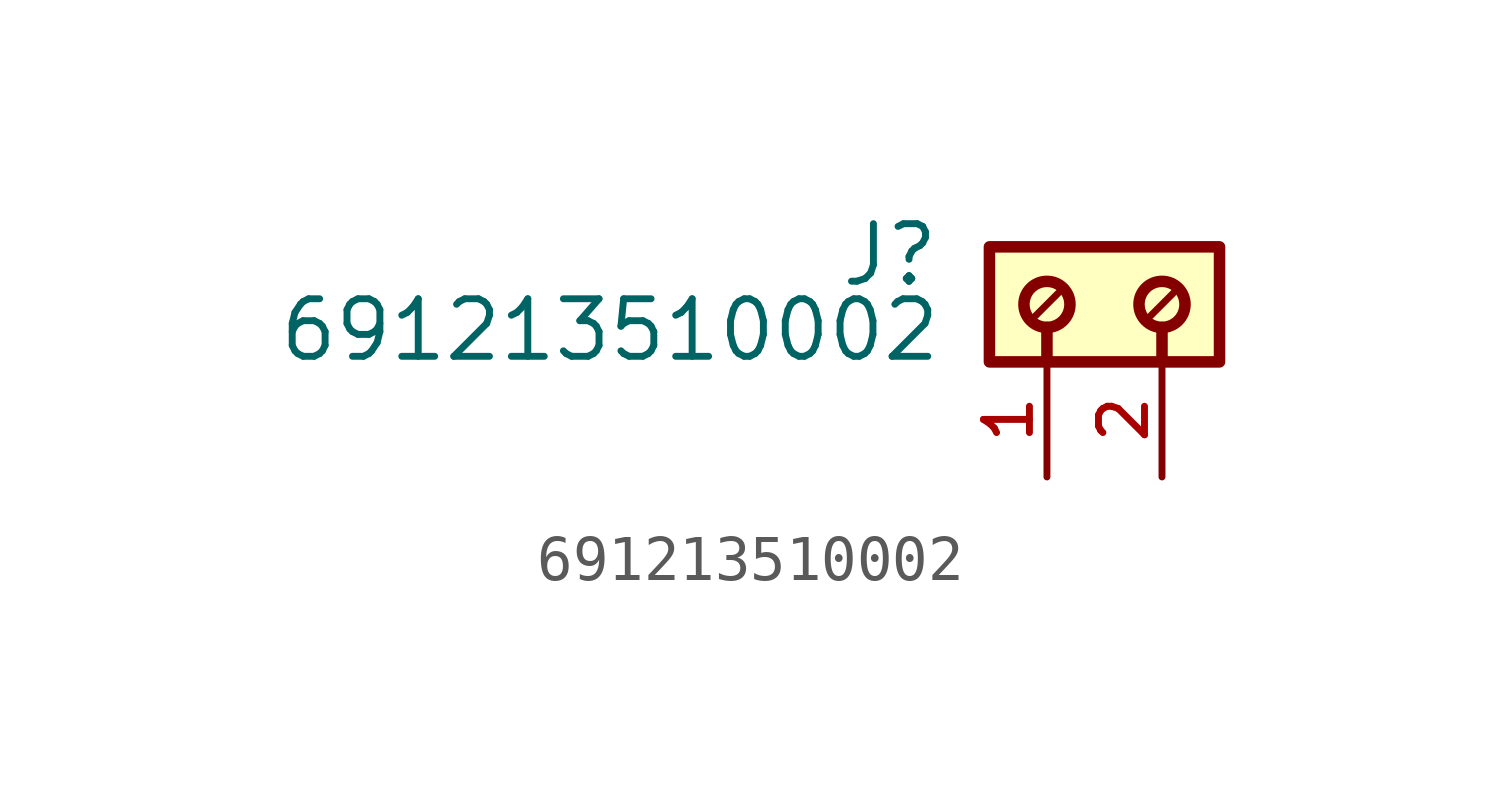
<source format=kicad_sym>
(kicad_symbol_lib
  (version 20211014)
  (generator kicad_symbol_editor)
  (symbol "691213510002"
    (pin_names
      (offset 1.016))
    (property "Reference" "J"
      (at -4.88 -0.922 0)
      (effects (font (size 1.27 1.27)) (justify bottom right)))
    (property "Value" "691213510002"
      (at -4.83 -2.58 0)
      (effects (font (size 1.27 1.27)) (justify bottom right)))
    (symbol "691213510002_0_0"
      (polyline (pts (xy -2.54 -1.778) (xy -2.54 -2.54)) (stroke (width 0.254)))
      (polyline (pts (xy 0.0 -1.778) (xy 0.0 -2.54)) (stroke (width 0.254)))
      (polyline (pts (xy -2.286 -1.016) (xy -2.794 -1.524)) (stroke (width 0.152)))
      (polyline (pts (xy 0.254 -1.016) (xy -0.254 -1.524)) (stroke (width 0.152)))
      (circle (center -2.54 -1.27) (radius 0.508) (stroke (width 0.254)) (fill (type none)))
      (circle (center 0.0 -1.27) (radius 0.508) (stroke (width 0.254)) (fill (type none)))
      (rectangle (start -3.81 -2.54) (end 1.27 -2.22044604925e-16) (stroke (width 0.254)) (fill (type background)))
      (pin passive line (at -2.54 -5.08 90.0) (length 2.54) (name "~" (effects (font (size 1.016 1.016)))) (number "1" (effects (font (size 1.016 1.016)))))
      (pin passive line (at 0.0 -5.08 90.0) (length 2.54) (name "~" (effects (font (size 1.016 1.016)))) (number "2" (effects (font (size 1.016 1.016))))))))
</source>
